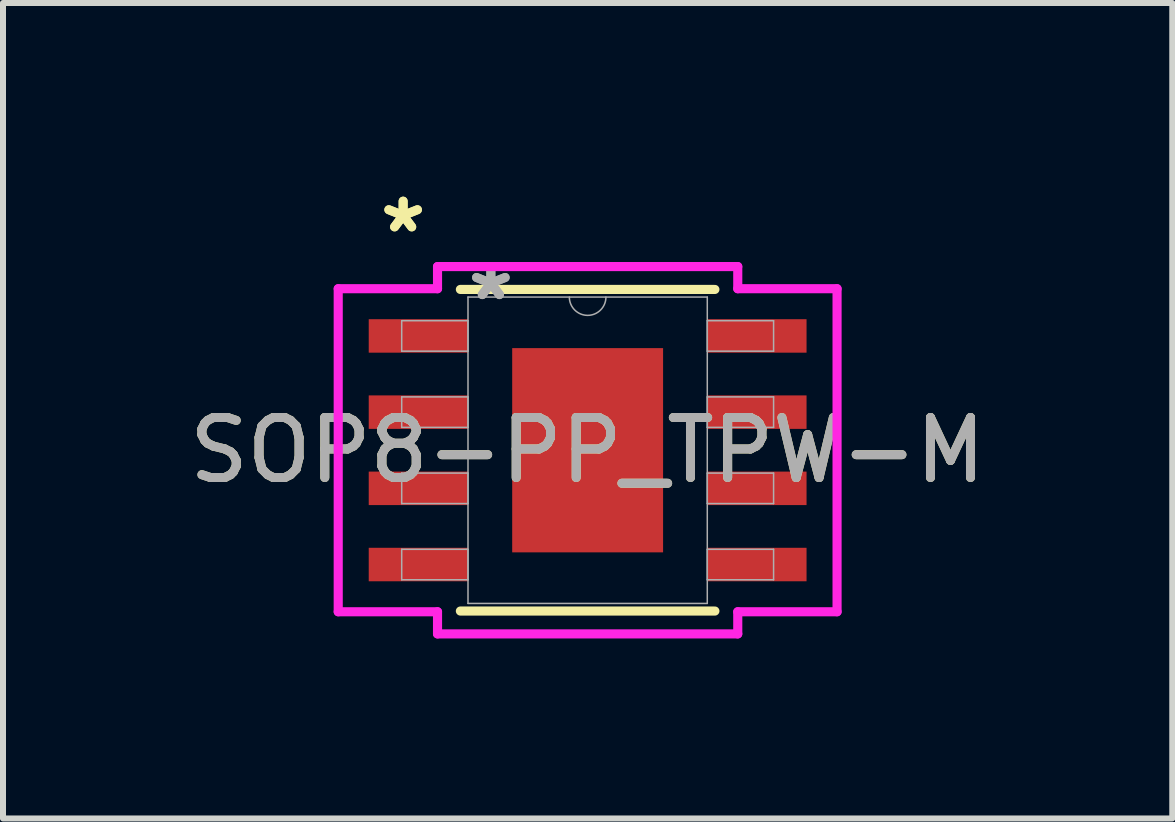
<source format=kicad_pcb>
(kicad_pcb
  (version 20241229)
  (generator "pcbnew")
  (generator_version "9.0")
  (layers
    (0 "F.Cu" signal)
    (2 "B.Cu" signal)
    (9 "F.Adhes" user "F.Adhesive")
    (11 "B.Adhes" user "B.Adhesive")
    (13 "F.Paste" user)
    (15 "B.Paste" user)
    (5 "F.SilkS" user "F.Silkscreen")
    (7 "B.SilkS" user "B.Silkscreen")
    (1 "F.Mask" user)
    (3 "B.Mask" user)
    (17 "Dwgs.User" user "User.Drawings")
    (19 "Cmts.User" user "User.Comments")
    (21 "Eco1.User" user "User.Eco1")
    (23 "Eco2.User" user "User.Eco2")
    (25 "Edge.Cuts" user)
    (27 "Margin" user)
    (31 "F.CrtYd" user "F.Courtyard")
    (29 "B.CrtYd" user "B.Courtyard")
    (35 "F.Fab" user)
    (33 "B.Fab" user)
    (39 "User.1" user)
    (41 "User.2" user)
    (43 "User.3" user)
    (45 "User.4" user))
  (footprint "SOP8-PP_TPW-M"
    (layer "F.Cu")
    (at 6.744 4.454)
    (property "Reference" "SOP8-PP_TPW-M" (at 0 0 0) (unlocked yes) (layer "F.SilkS") (effects (font (size 1 1) (thickness 0.15))))
    (attr smd)
    (fp_line (start -2.121 2.68) (end 2.121 2.68) (stroke (width 0.152) (type solid)) (layer "F.SilkS"))
    (fp_line (start 2.121 -2.68) (end -2.121 -2.68) (stroke (width 0.152) (type solid)) (layer "F.SilkS"))
    (fp_poly (pts (xy -1.157 -1.602) (xy -1.157 -0.1) (xy 1.157 -0.1) (xy 1.157 -1.602)) (stroke (width 0) (type solid)) (fill yes) (layer "F.Paste"))
    (fp_poly (pts (xy -1.157 0.1) (xy -1.157 1.602) (xy 1.157 1.602) (xy 1.157 0.1)) (stroke (width 0) (type solid)) (fill yes) (layer "F.Paste"))
    (fp_line (start -4.157 -2.692) (end -2.502 -2.692) (stroke (width 0.152) (type solid)) (layer "F.CrtYd"))
    (fp_line (start -4.157 2.692) (end -4.157 -2.692) (stroke (width 0.152) (type solid)) (layer "F.CrtYd"))
    (fp_line (start -4.157 2.692) (end -2.502 2.692) (stroke (width 0.152) (type solid)) (layer "F.CrtYd"))
    (fp_line (start -2.502 -3.061) (end 2.502 -3.061) (stroke (width 0.152) (type solid)) (layer "F.CrtYd"))
    (fp_line (start -2.502 -2.692) (end -2.502 -3.061) (stroke (width 0.152) (type solid)) (layer "F.CrtYd"))
    (fp_line (start -2.502 3.061) (end -2.502 2.692) (stroke (width 0.152) (type solid)) (layer "F.CrtYd"))
    (fp_line (start 2.502 -3.061) (end 2.502 -2.692) (stroke (width 0.152) (type solid)) (layer "F.CrtYd"))
    (fp_line (start 2.502 2.692) (end 2.502 3.061) (stroke (width 0.152) (type solid)) (layer "F.CrtYd"))
    (fp_line (start 2.502 3.061) (end -2.502 3.061) (stroke (width 0.152) (type solid)) (layer "F.CrtYd"))
    (fp_line (start 4.157 -2.692) (end 2.502 -2.692) (stroke (width 0.152) (type solid)) (layer "F.CrtYd"))
    (fp_line (start 4.157 -2.692) (end 4.157 2.692) (stroke (width 0.152) (type solid)) (layer "F.CrtYd"))
    (fp_line (start 4.157 2.692) (end 2.502 2.692) (stroke (width 0.152) (type solid)) (layer "F.CrtYd"))
    (fp_line (start -3.099 -2.159) (end -3.099 -1.651) (stroke (width 0.025) (type solid)) (layer "F.Fab"))
    (fp_line (start -3.099 -1.651) (end -1.994 -1.651) (stroke (width 0.025) (type solid)) (layer "F.Fab"))
    (fp_line (start -3.099 -0.889) (end -3.099 -0.381) (stroke (width 0.025) (type solid)) (layer "F.Fab"))
    (fp_line (start -3.099 -0.381) (end -1.994 -0.381) (stroke (width 0.025) (type solid)) (layer "F.Fab"))
    (fp_line (start -3.099 0.381) (end -3.099 0.889) (stroke (width 0.025) (type solid)) (layer "F.Fab"))
    (fp_line (start -3.099 0.889) (end -1.994 0.889) (stroke (width 0.025) (type solid)) (layer "F.Fab"))
    (fp_line (start -3.099 1.651) (end -3.099 2.159) (stroke (width 0.025) (type solid)) (layer "F.Fab"))
    (fp_line (start -3.099 2.159) (end -1.994 2.159) (stroke (width 0.025) (type solid)) (layer "F.Fab"))
    (fp_line (start -1.994 -2.553) (end -1.994 2.553) (stroke (width 0.025) (type solid)) (layer "F.Fab"))
    (fp_line (start -1.994 -2.159) (end -3.099 -2.159) (stroke (width 0.025) (type solid)) (layer "F.Fab"))
    (fp_line (start -1.994 -1.651) (end -1.994 -2.159) (stroke (width 0.025) (type solid)) (layer "F.Fab"))
    (fp_line (start -1.994 -0.889) (end -3.099 -0.889) (stroke (width 0.025) (type solid)) (layer "F.Fab"))
    (fp_line (start -1.994 -0.381) (end -1.994 -0.889) (stroke (width 0.025) (type solid)) (layer "F.Fab"))
    (fp_line (start -1.994 0.381) (end -3.099 0.381) (stroke (width 0.025) (type solid)) (layer "F.Fab"))
    (fp_line (start -1.994 0.889) (end -1.994 0.381) (stroke (width 0.025) (type solid)) (layer "F.Fab"))
    (fp_line (start -1.994 1.651) (end -3.099 1.651) (stroke (width 0.025) (type solid)) (layer "F.Fab"))
    (fp_line (start -1.994 2.159) (end -1.994 1.651) (stroke (width 0.025) (type solid)) (layer "F.Fab"))
    (fp_line (start -1.994 2.553) (end 1.994 2.553) (stroke (width 0.025) (type solid)) (layer "F.Fab"))
    (fp_line (start 1.994 -2.553) (end -1.994 -2.553) (stroke (width 0.025) (type solid)) (layer "F.Fab"))
    (fp_line (start 1.994 -2.159) (end 1.994 -1.651) (stroke (width 0.025) (type solid)) (layer "F.Fab"))
    (fp_line (start 1.994 -1.651) (end 3.099 -1.651) (stroke (width 0.025) (type solid)) (layer "F.Fab"))
    (fp_line (start 1.994 -0.889) (end 1.994 -0.381) (stroke (width 0.025) (type solid)) (layer "F.Fab"))
    (fp_line (start 1.994 -0.381) (end 3.099 -0.381) (stroke (width 0.025) (type solid)) (layer "F.Fab"))
    (fp_line (start 1.994 0.381) (end 1.994 0.889) (stroke (width 0.025) (type solid)) (layer "F.Fab"))
    (fp_line (start 1.994 0.889) (end 3.099 0.889) (stroke (width 0.025) (type solid)) (layer "F.Fab"))
    (fp_line (start 1.994 1.651) (end 1.994 2.159) (stroke (width 0.025) (type solid)) (layer "F.Fab"))
    (fp_line (start 1.994 2.159) (end 3.099 2.159) (stroke (width 0.025) (type solid)) (layer "F.Fab"))
    (fp_line (start 1.994 2.553) (end 1.994 -2.553) (stroke (width 0.025) (type solid)) (layer "F.Fab"))
    (fp_line (start 3.099 -2.159) (end 1.994 -2.159) (stroke (width 0.025) (type solid)) (layer "F.Fab"))
    (fp_line (start 3.099 -1.651) (end 3.099 -2.159) (stroke (width 0.025) (type solid)) (layer "F.Fab"))
    (fp_line (start 3.099 -0.889) (end 1.994 -0.889) (stroke (width 0.025) (type solid)) (layer "F.Fab"))
    (fp_line (start 3.099 -0.381) (end 3.099 -0.889) (stroke (width 0.025) (type solid)) (layer "F.Fab"))
    (fp_line (start 3.099 0.381) (end 1.994 0.381) (stroke (width 0.025) (type solid)) (layer "F.Fab"))
    (fp_line (start 3.099 0.889) (end 3.099 0.381) (stroke (width 0.025) (type solid)) (layer "F.Fab"))
    (fp_line (start 3.099 1.651) (end 1.994 1.651) (stroke (width 0.025) (type solid)) (layer "F.Fab"))
    (fp_line (start 3.099 2.159) (end 3.099 1.651) (stroke (width 0.025) (type solid)) (layer "F.Fab"))
    (fp_arc (start 0.3048 -2.5527) (mid 0 -2.2479) (end -0.3048 -2.5527) (stroke (width 0.0254) (type solid)) (layer "F.Fab"))
    (fp_text user "*" (at -3.075 -3.606 0) (layer "F.SilkS") (effects (font (size 1 1) (thickness 0.15))))
    (fp_text user "*" (at -3.075 -3.606 0) (unlocked yes) (layer "F.SilkS") (effects (font (size 1 1) (thickness 0.15))))
    (fp_text user "*" (at -1.613 -2.477 0) (unlocked yes) (layer "F.Fab") (effects (font (size 1 1) (thickness 0.15))))
    (fp_text user "${REFERENCE}" (at 0 0 0) (unlocked yes) (layer "F.Fab") (effects (font (size 1 1) (thickness 0.15))))
    (fp_text user "*" (at -1.613 -2.477 0) (layer "F.Fab") (effects (font (size 1 1) (thickness 0.15))))
    (pad "1" smd rect (at -2.821 -1.905) (size 1.655 0.558) (layers "F.Cu" "F.Mask" "F.Paste"))
    (pad "2" smd rect (at -2.821 -0.635) (size 1.655 0.558) (layers "F.Cu" "F.Mask" "F.Paste"))
    (pad "3" smd rect (at -2.821 0.635) (size 1.655 0.558) (layers "F.Cu" "F.Mask" "F.Paste"))
    (pad "4" smd rect (at -2.821 1.905) (size 1.655 0.558) (layers "F.Cu" "F.Mask" "F.Paste"))
    (pad "5" smd rect (at 2.821 1.905) (size 1.655 0.558) (layers "F.Cu" "F.Mask" "F.Paste"))
    (pad "6" smd rect (at 2.821 0.635) (size 1.655 0.558) (layers "F.Cu" "F.Mask" "F.Paste"))
    (pad "7" smd rect (at 2.821 -0.635) (size 1.655 0.558) (layers "F.Cu" "F.Mask" "F.Paste"))
    (pad "8" smd rect (at 2.821 -1.905) (size 1.655 0.558) (layers "F.Cu" "F.Mask" "F.Paste"))
    (pad "EPAD" smd rect (at 0 0) (size 2.515 3.404) (layers "F.Cu" "F.Mask")))
  (gr_rect
    (start -3 -3)
    (end 16.488 10.591)
    (stroke (width 0.1) (type default))
    (fill no)
    (layer "Edge.Cuts")))
</source>
